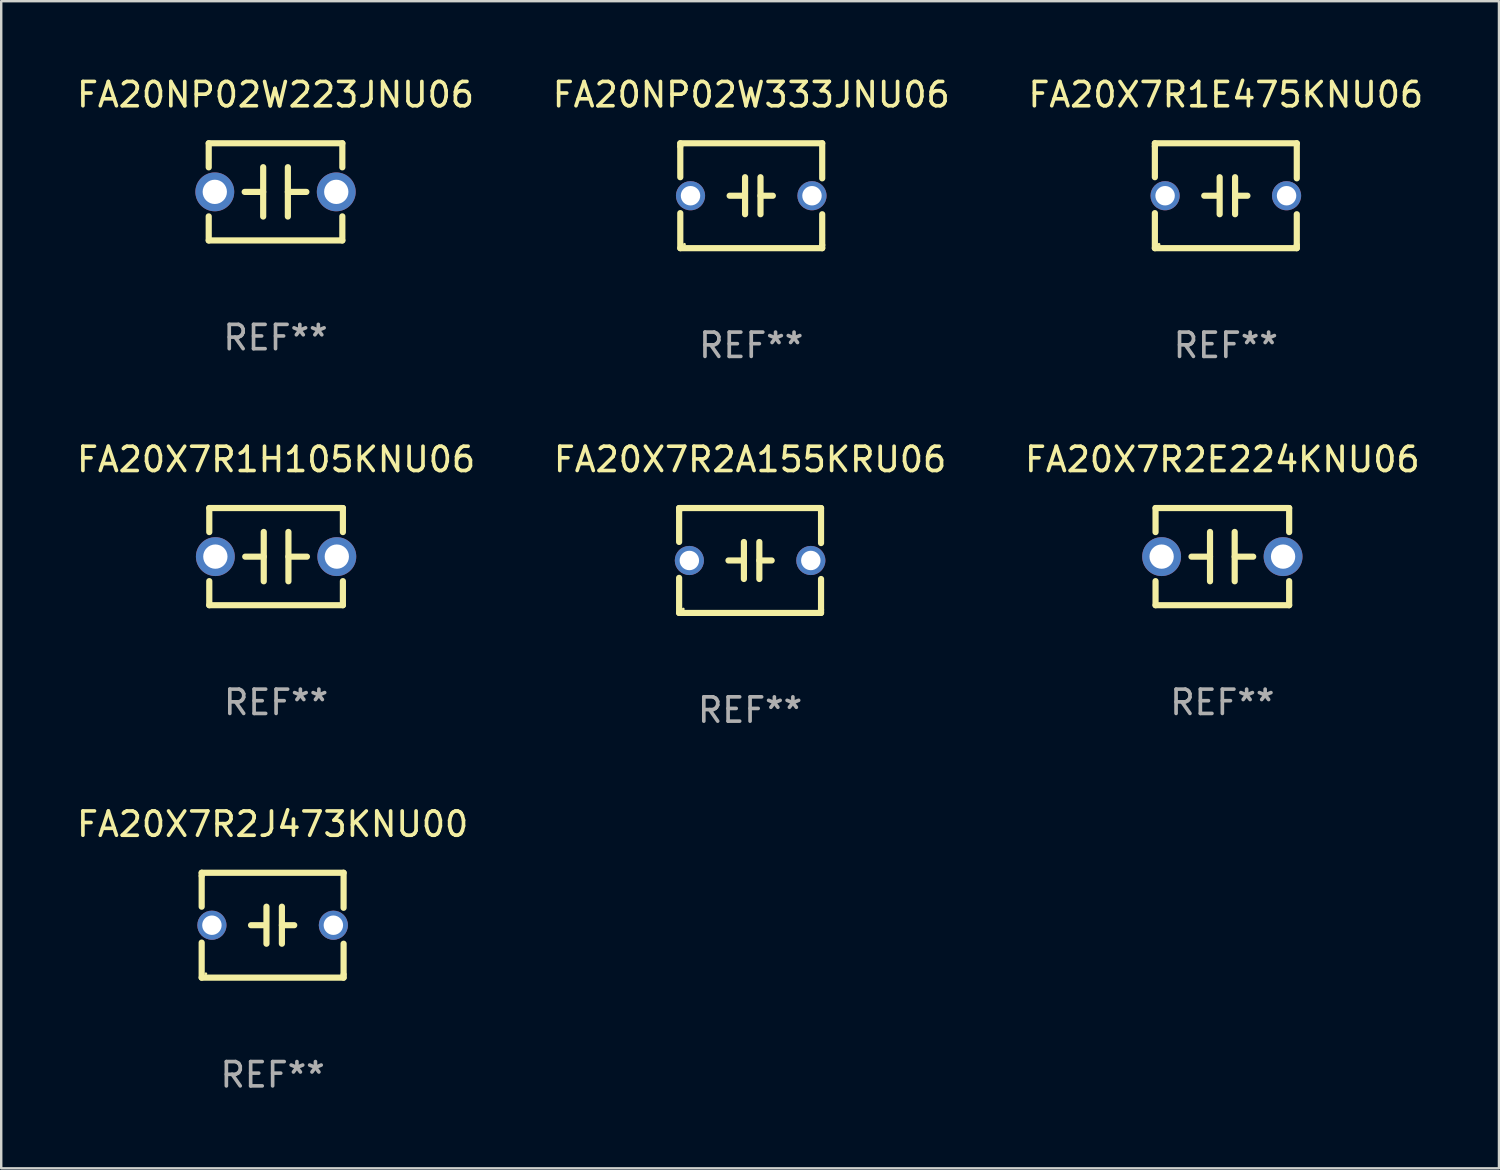
<source format=kicad_pcb>
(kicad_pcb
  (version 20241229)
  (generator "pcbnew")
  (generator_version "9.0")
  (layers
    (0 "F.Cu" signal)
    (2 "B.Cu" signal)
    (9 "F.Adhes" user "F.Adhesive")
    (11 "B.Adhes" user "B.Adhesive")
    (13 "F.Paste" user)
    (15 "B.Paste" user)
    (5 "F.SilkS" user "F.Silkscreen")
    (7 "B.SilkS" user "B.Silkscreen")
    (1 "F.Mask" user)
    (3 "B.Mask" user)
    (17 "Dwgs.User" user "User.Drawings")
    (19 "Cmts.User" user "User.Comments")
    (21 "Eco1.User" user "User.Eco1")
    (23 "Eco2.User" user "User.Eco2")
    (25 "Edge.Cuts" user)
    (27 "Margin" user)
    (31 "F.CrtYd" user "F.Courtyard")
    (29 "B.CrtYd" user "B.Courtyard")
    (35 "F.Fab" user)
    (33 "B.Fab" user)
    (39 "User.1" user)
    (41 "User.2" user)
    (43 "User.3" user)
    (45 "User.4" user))
  (footprint "FA20NP02W333JNU06"
    (layer "F.Cu")
    (at 27.875 5.007)
    (property "Reference" "FA20NP02W333JNU06" (at 0 -4.159 0) (layer "F.SilkS") (effects (font (size 1 1) (thickness 0.15))))
    (attr through_hole)
    (fp_line (start -2.921 -2.159) (end 2.921 -2.159) (stroke (width 0.254) (type solid)) (layer "F.SilkS"))
    (fp_line (start -2.921 -2.032) (end -2.921 -2.159) (stroke (width 0.254) (type solid)) (layer "F.SilkS"))
    (fp_line (start -2.921 -0.762) (end -2.921 -2.032) (stroke (width 0.254) (type solid)) (layer "F.SilkS"))
    (fp_line (start -2.921 2.159) (end -2.921 0.716) (stroke (width 0.254) (type solid)) (layer "F.SilkS"))
    (fp_line (start -0.381 -0.000025) (end -0.889 -0.000025) (stroke (width 0.254) (type solid)) (layer "F.SilkS"))
    (fp_line (start -0.254 -0.762) (end -0.254 0.762) (stroke (width 0.254) (type solid)) (layer "F.SilkS"))
    (fp_line (start 0.381 -0.762) (end 0.381 0.762) (stroke (width 0.254) (type solid)) (layer "F.SilkS"))
    (fp_line (start 0.381 0.000025) (end 0.889 0.000025) (stroke (width 0.254) (type solid)) (layer "F.SilkS"))
    (fp_line (start 2.921 -2.159) (end 2.921 -0.716) (stroke (width 0.254) (type solid)) (layer "F.SilkS"))
    (fp_line (start 2.921 0.762) (end 2.921 2.032) (stroke (width 0.254) (type solid)) (layer "F.SilkS"))
    (fp_line (start 2.921 2.032) (end 2.921 2.159) (stroke (width 0.254) (type solid)) (layer "F.SilkS"))
    (fp_line (start 2.921 2.159) (end -2.921 2.159) (stroke (width 0.254) (type solid)) (layer "F.SilkS"))
    (fp_circle (center -2.75 2) (end -2.72 2) (stroke (width 0.06) (type solid)) (fill no) (layer "F.SilkS"))
    (fp_text user "REF**" (at 0 6.159 0) (layer "F.Fab") (effects (font (size 1 1) (thickness 0.15))))
    (pad "1" thru_hole circle (at -2.5 0) (size 1.2 1.2) (drill 0.8) (layers "*.Cu" "*.Mask"))
    (pad "2" thru_hole circle (at 2.5 0) (size 1.2 1.2) (drill 0.8) (layers "*.Cu" "*.Mask")))
  (footprint "FA20NP02W223JNU06"
    (layer "F.Cu")
    (at 8.292 4.848)
    (property "Reference" "FA20NP02W223JNU06" (at 0 -4 0) (layer "F.SilkS") (effects (font (size 1 1) (thickness 0.15))))
    (attr through_hole)
    (fp_line (start -2.75 -2) (end -2.75 -1.009) (stroke (width 0.254) (type solid)) (layer "F.SilkS"))
    (fp_line (start -2.75 -2) (end 2.75 -2) (stroke (width 0.254) (type solid)) (layer "F.SilkS"))
    (fp_line (start -2.75 1.009) (end -2.75 2) (stroke (width 0.254) (type solid)) (layer "F.SilkS"))
    (fp_line (start -0.508 -1.016) (end -0.508 1.016) (stroke (width 0.254) (type solid)) (layer "F.SilkS"))
    (fp_line (start -0.508 0.002) (end -1.27 0.002) (stroke (width 0.254) (type solid)) (layer "F.SilkS"))
    (fp_line (start 0.508 0.002) (end 1.27 0.002) (stroke (width 0.254) (type solid)) (layer "F.SilkS"))
    (fp_line (start 0.508 1.016) (end 0.508 -1.016) (stroke (width 0.254) (type solid)) (layer "F.SilkS"))
    (fp_line (start 2.75 2) (end -2.75 2) (stroke (width 0.254) (type solid)) (layer "F.SilkS"))
    (fp_line (start 2.75 -2) (end 2.75 -1.009) (stroke (width 0.254) (type solid)) (layer "F.SilkS"))
    (fp_line (start 2.75 1.009) (end 2.75 2) (stroke (width 0.254) (type solid)) (layer "F.SilkS"))
    (fp_circle (center -2.75 2) (end -2.72 2) (stroke (width 0.06) (type solid)) (fill no) (layer "F.SilkS"))
    (fp_text user "REF**" (at 0 6 0) (layer "F.Fab") (effects (font (size 1 1) (thickness 0.15))))
    (pad "1" thru_hole circle (at -2.5 0) (size 1.6 1.6) (drill 1) (layers "*.Cu" "*.Mask"))
    (pad "2" thru_hole circle (at 2.5 0) (size 1.6 1.6) (drill 1) (layers "*.Cu" "*.Mask")))
  (footprint "FA20X7R2E224KNU06"
    (layer "F.Cu")
    (at 47.268 19.863)
    (property "Reference" "FA20X7R2E224KNU06" (at 0 -4 0) (layer "F.SilkS") (effects (font (size 1 1) (thickness 0.15))))
    (attr through_hole)
    (fp_line (start -2.75 -2) (end -2.75 -1.009) (stroke (width 0.254) (type solid)) (layer "F.SilkS"))
    (fp_line (start -2.75 -2) (end 2.75 -2) (stroke (width 0.254) (type solid)) (layer "F.SilkS"))
    (fp_line (start -2.75 1.009) (end -2.75 2) (stroke (width 0.254) (type solid)) (layer "F.SilkS"))
    (fp_line (start -0.508 -1.016) (end -0.508 1.016) (stroke (width 0.254) (type solid)) (layer "F.SilkS"))
    (fp_line (start -0.508 0.002) (end -1.27 0.002) (stroke (width 0.254) (type solid)) (layer "F.SilkS"))
    (fp_line (start 0.508 0.002) (end 1.27 0.002) (stroke (width 0.254) (type solid)) (layer "F.SilkS"))
    (fp_line (start 0.508 1.016) (end 0.508 -1.016) (stroke (width 0.254) (type solid)) (layer "F.SilkS"))
    (fp_line (start 2.75 2) (end -2.75 2) (stroke (width 0.254) (type solid)) (layer "F.SilkS"))
    (fp_line (start 2.75 -2) (end 2.75 -1.009) (stroke (width 0.254) (type solid)) (layer "F.SilkS"))
    (fp_line (start 2.75 1.009) (end 2.75 2) (stroke (width 0.254) (type solid)) (layer "F.SilkS"))
    (fp_circle (center -2.75 2) (end -2.72 2) (stroke (width 0.06) (type solid)) (fill no) (layer "F.SilkS"))
    (fp_text user "REF**" (at 0 6 0) (layer "F.Fab") (effects (font (size 1 1) (thickness 0.15))))
    (pad "1" thru_hole circle (at -2.5 0) (size 1.6 1.6) (drill 1) (layers "*.Cu" "*.Mask"))
    (pad "2" thru_hole circle (at 2.5 0) (size 1.6 1.6) (drill 1) (layers "*.Cu" "*.Mask")))
  (footprint "FA20X7R2A155KRU06"
    (layer "F.Cu")
    (at 27.827 20.022)
    (property "Reference" "FA20X7R2A155KRU06" (at 0 -4.159 0) (layer "F.SilkS") (effects (font (size 1 1) (thickness 0.15))))
    (attr through_hole)
    (fp_line (start -2.921 -2.159) (end 2.921 -2.159) (stroke (width 0.254) (type solid)) (layer "F.SilkS"))
    (fp_line (start -2.921 -2.032) (end -2.921 -2.159) (stroke (width 0.254) (type solid)) (layer "F.SilkS"))
    (fp_line (start -2.921 -0.762) (end -2.921 -2.032) (stroke (width 0.254) (type solid)) (layer "F.SilkS"))
    (fp_line (start -2.921 2.159) (end -2.921 0.716) (stroke (width 0.254) (type solid)) (layer "F.SilkS"))
    (fp_line (start -0.381 -0.000025) (end -0.889 -0.000025) (stroke (width 0.254) (type solid)) (layer "F.SilkS"))
    (fp_line (start -0.254 -0.762) (end -0.254 0.762) (stroke (width 0.254) (type solid)) (layer "F.SilkS"))
    (fp_line (start 0.381 -0.762) (end 0.381 0.762) (stroke (width 0.254) (type solid)) (layer "F.SilkS"))
    (fp_line (start 0.381 0.000025) (end 0.889 0.000025) (stroke (width 0.254) (type solid)) (layer "F.SilkS"))
    (fp_line (start 2.921 -2.159) (end 2.921 -0.716) (stroke (width 0.254) (type solid)) (layer "F.SilkS"))
    (fp_line (start 2.921 0.762) (end 2.921 2.032) (stroke (width 0.254) (type solid)) (layer "F.SilkS"))
    (fp_line (start 2.921 2.032) (end 2.921 2.159) (stroke (width 0.254) (type solid)) (layer "F.SilkS"))
    (fp_line (start 2.921 2.159) (end -2.921 2.159) (stroke (width 0.254) (type solid)) (layer "F.SilkS"))
    (fp_circle (center -2.75 2) (end -2.72 2) (stroke (width 0.06) (type solid)) (fill no) (layer "F.SilkS"))
    (fp_text user "REF**" (at 0 6.159 0) (layer "F.Fab") (effects (font (size 1 1) (thickness 0.15))))
    (pad "1" thru_hole circle (at -2.5 0) (size 1.2 1.2) (drill 0.8) (layers "*.Cu" "*.Mask"))
    (pad "2" thru_hole circle (at 2.5 0) (size 1.2 1.2) (drill 0.8) (layers "*.Cu" "*.Mask")))
  (footprint "FA20X7R1E475KNU06"
    (layer "F.Cu")
    (at 47.411 5.007)
    (property "Reference" "FA20X7R1E475KNU06" (at 0 -4.159 0) (layer "F.SilkS") (effects (font (size 1 1) (thickness 0.15))))
    (attr through_hole)
    (fp_line (start -2.921 -2.159) (end 2.921 -2.159) (stroke (width 0.254) (type solid)) (layer "F.SilkS"))
    (fp_line (start -2.921 -2.032) (end -2.921 -2.159) (stroke (width 0.254) (type solid)) (layer "F.SilkS"))
    (fp_line (start -2.921 -0.762) (end -2.921 -2.032) (stroke (width 0.254) (type solid)) (layer "F.SilkS"))
    (fp_line (start -2.921 2.159) (end -2.921 0.716) (stroke (width 0.254) (type solid)) (layer "F.SilkS"))
    (fp_line (start -0.381 -0.000025) (end -0.889 -0.000025) (stroke (width 0.254) (type solid)) (layer "F.SilkS"))
    (fp_line (start -0.254 -0.762) (end -0.254 0.762) (stroke (width 0.254) (type solid)) (layer "F.SilkS"))
    (fp_line (start 0.381 -0.762) (end 0.381 0.762) (stroke (width 0.254) (type solid)) (layer "F.SilkS"))
    (fp_line (start 0.381 0.000025) (end 0.889 0.000025) (stroke (width 0.254) (type solid)) (layer "F.SilkS"))
    (fp_line (start 2.921 -2.159) (end 2.921 -0.716) (stroke (width 0.254) (type solid)) (layer "F.SilkS"))
    (fp_line (start 2.921 0.762) (end 2.921 2.032) (stroke (width 0.254) (type solid)) (layer "F.SilkS"))
    (fp_line (start 2.921 2.032) (end 2.921 2.159) (stroke (width 0.254) (type solid)) (layer "F.SilkS"))
    (fp_line (start 2.921 2.159) (end -2.921 2.159) (stroke (width 0.254) (type solid)) (layer "F.SilkS"))
    (fp_circle (center -2.75 2) (end -2.72 2) (stroke (width 0.06) (type solid)) (fill no) (layer "F.SilkS"))
    (fp_text user "REF**" (at 0 6.159 0) (layer "F.Fab") (effects (font (size 1 1) (thickness 0.15))))
    (pad "1" thru_hole circle (at -2.5 0) (size 1.2 1.2) (drill 0.8) (layers "*.Cu" "*.Mask"))
    (pad "2" thru_hole circle (at 2.5 0) (size 1.2 1.2) (drill 0.8) (layers "*.Cu" "*.Mask")))
  (footprint "FA20X7R2J473KNU00"
    (layer "F.Cu")
    (at 8.173 35.036)
    (property "Reference" "FA20X7R2J473KNU00" (at 0 -4.159 0) (layer "F.SilkS") (effects (font (size 1 1) (thickness 0.15))))
    (attr through_hole)
    (fp_line (start -2.921 -2.159) (end 2.921 -2.159) (stroke (width 0.254) (type solid)) (layer "F.SilkS"))
    (fp_line (start -2.921 -2.032) (end -2.921 -2.159) (stroke (width 0.254) (type solid)) (layer "F.SilkS"))
    (fp_line (start -2.921 -0.762) (end -2.921 -2.032) (stroke (width 0.254) (type solid)) (layer "F.SilkS"))
    (fp_line (start -2.921 2.159) (end -2.921 0.716) (stroke (width 0.254) (type solid)) (layer "F.SilkS"))
    (fp_line (start -0.381 -0.000025) (end -0.889 -0.000025) (stroke (width 0.254) (type solid)) (layer "F.SilkS"))
    (fp_line (start -0.254 -0.762) (end -0.254 0.762) (stroke (width 0.254) (type solid)) (layer "F.SilkS"))
    (fp_line (start 0.381 -0.762) (end 0.381 0.762) (stroke (width 0.254) (type solid)) (layer "F.SilkS"))
    (fp_line (start 0.381 0.000025) (end 0.889 0.000025) (stroke (width 0.254) (type solid)) (layer "F.SilkS"))
    (fp_line (start 2.921 -2.159) (end 2.921 -0.716) (stroke (width 0.254) (type solid)) (layer "F.SilkS"))
    (fp_line (start 2.921 0.762) (end 2.921 2.032) (stroke (width 0.254) (type solid)) (layer "F.SilkS"))
    (fp_line (start 2.921 2.032) (end 2.921 2.159) (stroke (width 0.254) (type solid)) (layer "F.SilkS"))
    (fp_line (start 2.921 2.159) (end -2.921 2.159) (stroke (width 0.254) (type solid)) (layer "F.SilkS"))
    (fp_circle (center -2.75 2) (end -2.72 2) (stroke (width 0.06) (type solid)) (fill no) (layer "F.SilkS"))
    (fp_text user "REF**" (at 0 6.159 0) (layer "F.Fab") (effects (font (size 1 1) (thickness 0.15))))
    (pad "1" thru_hole circle (at -2.5 0) (size 1.2 1.2) (drill 0.8) (layers "*.Cu" "*.Mask"))
    (pad "2" thru_hole circle (at 2.5 0) (size 1.2 1.2) (drill 0.8) (layers "*.Cu" "*.Mask")))
  (footprint "FA20X7R1H105KNU06"
    (layer "F.Cu")
    (at 8.315 19.863)
    (property "Reference" "FA20X7R1H105KNU06" (at 0 -4 0) (layer "F.SilkS") (effects (font (size 1 1) (thickness 0.15))))
    (attr through_hole)
    (fp_line (start -2.75 -2) (end -2.75 -1.009) (stroke (width 0.254) (type solid)) (layer "F.SilkS"))
    (fp_line (start -2.75 -2) (end 2.75 -2) (stroke (width 0.254) (type solid)) (layer "F.SilkS"))
    (fp_line (start -2.75 1.009) (end -2.75 2) (stroke (width 0.254) (type solid)) (layer "F.SilkS"))
    (fp_line (start -0.508 -1.016) (end -0.508 1.016) (stroke (width 0.254) (type solid)) (layer "F.SilkS"))
    (fp_line (start -0.508 0.002) (end -1.27 0.002) (stroke (width 0.254) (type solid)) (layer "F.SilkS"))
    (fp_line (start 0.508 0.002) (end 1.27 0.002) (stroke (width 0.254) (type solid)) (layer "F.SilkS"))
    (fp_line (start 0.508 1.016) (end 0.508 -1.016) (stroke (width 0.254) (type solid)) (layer "F.SilkS"))
    (fp_line (start 2.75 2) (end -2.75 2) (stroke (width 0.254) (type solid)) (layer "F.SilkS"))
    (fp_line (start 2.75 -2) (end 2.75 -1.009) (stroke (width 0.254) (type solid)) (layer "F.SilkS"))
    (fp_line (start 2.75 1.009) (end 2.75 2) (stroke (width 0.254) (type solid)) (layer "F.SilkS"))
    (fp_circle (center -2.75 2) (end -2.72 2) (stroke (width 0.06) (type solid)) (fill no) (layer "F.SilkS"))
    (fp_text user "REF**" (at 0 6 0) (layer "F.Fab") (effects (font (size 1 1) (thickness 0.15))))
    (pad "1" thru_hole circle (at -2.5 0) (size 1.6 1.6) (drill 1) (layers "*.Cu" "*.Mask"))
    (pad "2" thru_hole circle (at 2.5 0) (size 1.6 1.6) (drill 1) (layers "*.Cu" "*.Mask")))
  (gr_rect
    (start -3 -3)
    (end 58.655 45.044)
    (stroke (width 0.1) (type default))
    (fill no)
    (layer "Edge.Cuts")))
</source>
